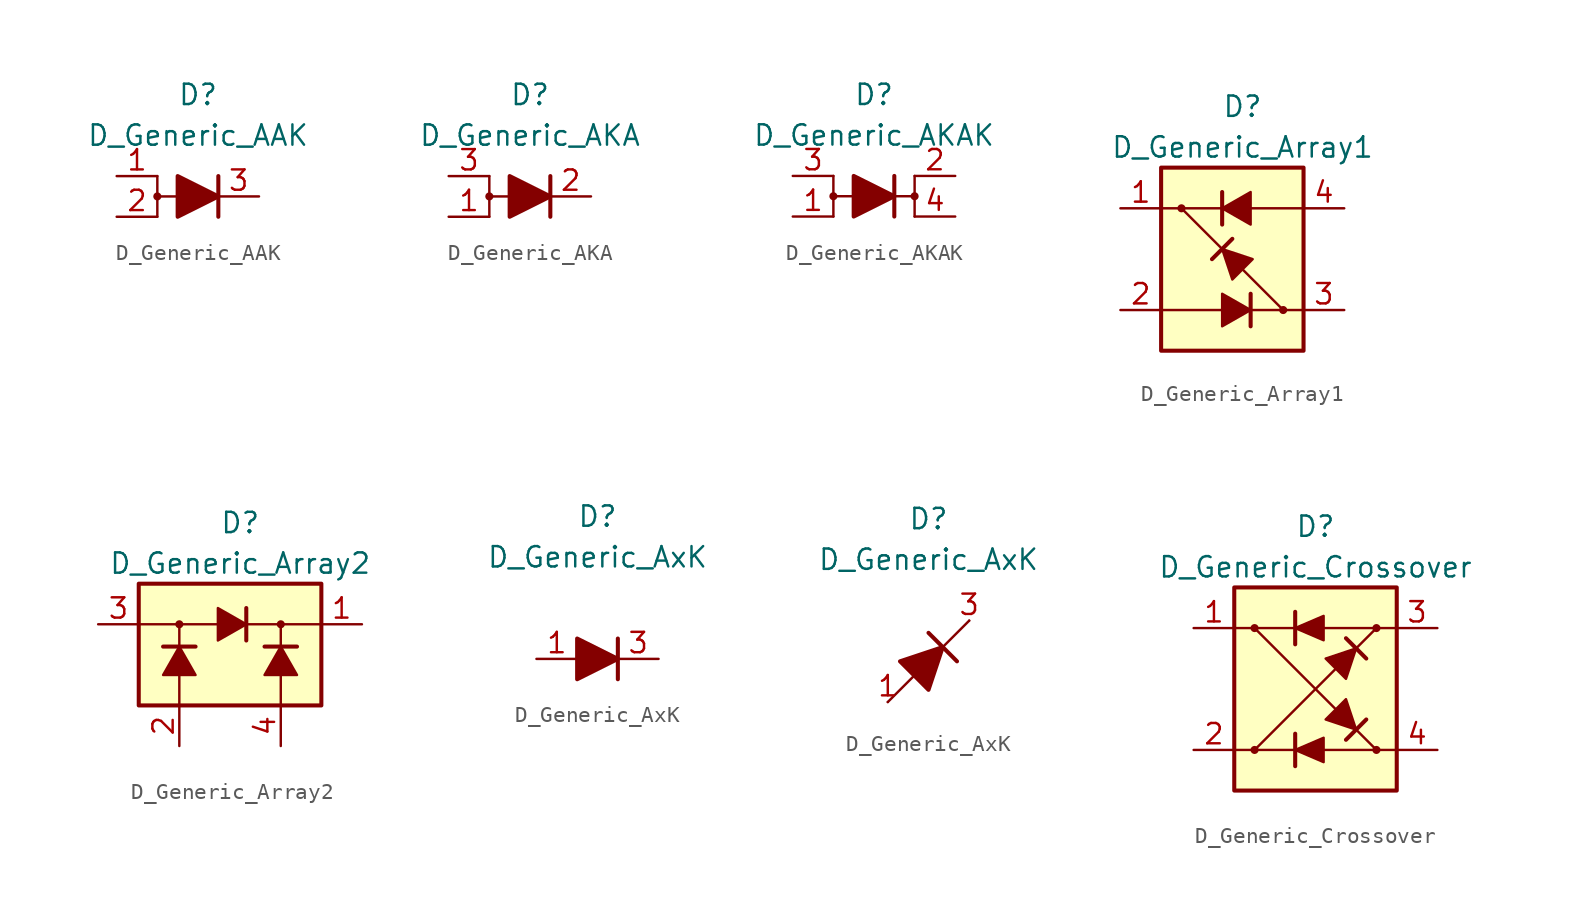
<source format=kicad_sym>
(kicad_symbol_lib
  (version 20231120)
  (generator "kicad_symbol_editor")
  (generator_version "8.0")
  (symbol "D_Generic_AAK"
    (pin_names
      (offset 1.016) hide)
    (property "Reference" "D"
      (at 0 6.35 0)
      (effects (font (size 1.27 1.27))))
    (property "Value" "D_Generic_AAK"
      (at 0 3.81 0)
      (effects (font (size 1.27 1.27))))
    (symbol "D_Generic_AAK_0_1"
      (circle (center -2.54 0) (radius 0.178) (stroke (width 0) (type default)) (fill (type outline)))
      (polyline (pts (xy -2.54 1.27) (xy -2.54 -1.27)) (stroke (width 0) (type default)) (fill (type none)))
      (polyline (pts (xy -1.27 0) (xy -2.54 0)) (stroke (width 0) (type default)) (fill (type none)))
      (polyline (pts (xy -1.27 0) (xy 1.27 0)) (stroke (width 0) (type default)) (fill (type none)))
      (polyline (pts (xy 1.27 -1.27) (xy 1.27 1.27)) (stroke (width 0.254) (type default)) (fill (type none)))
      (polyline (pts (xy -1.27 -1.27) (xy -1.27 1.27) (xy 1.27 0) (xy -1.27 -1.27)) (stroke (width 0.254) (type default)) (fill (type outline))))
    (symbol "D_Generic_AAK_1_1"
      (pin passive line (at -5.08 1.27 0) (length 2.54) (name "A" (effects (font (size 1.27 1.27)))) (number "1" (effects (font (size 1.27 1.27)))))
      (pin passive line (at -5.08 -1.27 0) (length 2.54) (name "A" (effects (font (size 1.27 1.27)))) (number "2" (effects (font (size 1.27 1.27)))))
      (pin passive line (at 3.81 0 180) (length 2.54) (name "K" (effects (font (size 1.27 1.27)))) (number "3" (effects (font (size 1.27 1.27)))))))
  (symbol "D_Generic_AKA"
    (pin_names
      (offset 1.016) hide)
    (property "Reference" "D"
      (at 0 6.35 0)
      (effects (font (size 1.27 1.27))))
    (property "Value" "D_Generic_AKA"
      (at 0 3.81 0)
      (effects (font (size 1.27 1.27))))
    (symbol "D_Generic_AKA_0_1"
      (circle (center -2.54 0) (radius 0.178) (stroke (width 0) (type default)) (fill (type outline)))
      (polyline (pts (xy -2.54 1.27) (xy -2.54 -1.27)) (stroke (width 0) (type default)) (fill (type none)))
      (polyline (pts (xy -1.27 0) (xy -2.54 0)) (stroke (width 0) (type default)) (fill (type none)))
      (polyline (pts (xy -1.27 0) (xy 1.27 0)) (stroke (width 0) (type default)) (fill (type none)))
      (polyline (pts (xy 1.27 -1.27) (xy 1.27 1.27)) (stroke (width 0.254) (type default)) (fill (type none)))
      (polyline (pts (xy -1.27 -1.27) (xy -1.27 1.27) (xy 1.27 0) (xy -1.27 -1.27)) (stroke (width 0.254) (type default)) (fill (type outline))))
    (symbol "D_Generic_AKA_1_1"
      (pin passive line (at -5.08 -1.27 0) (length 2.54) (name "A" (effects (font (size 1.27 1.27)))) (number "1" (effects (font (size 1.27 1.27)))))
      (pin passive line (at 3.81 0 180) (length 2.54) (name "K" (effects (font (size 1.27 1.27)))) (number "2" (effects (font (size 1.27 1.27)))))
      (pin passive line (at -5.08 1.27 0) (length 2.54) (name "A" (effects (font (size 1.27 1.27)))) (number "3" (effects (font (size 1.27 1.27)))))))
  (symbol "D_Generic_AKAK"
    (pin_names
      (offset 1.016) hide)
    (property "Reference" "D"
      (at 0 6.35 0)
      (effects (font (size 1.27 1.27))))
    (property "Value" "D_Generic_AKAK"
      (at 0 3.81 0)
      (effects (font (size 1.27 1.27))))
    (symbol "D_Generic_AKAK_0_1"
      (circle (center -2.54 0) (radius 0.178) (stroke (width 0) (type default)) (fill (type outline)))
      (polyline (pts (xy -2.54 1.27) (xy -2.54 -1.27)) (stroke (width 0) (type default)) (fill (type none)))
      (polyline (pts (xy -1.27 0) (xy -2.54 0)) (stroke (width 0) (type default)) (fill (type none)))
      (polyline (pts (xy -1.27 0) (xy 1.27 0)) (stroke (width 0) (type default)) (fill (type none)))
      (polyline (pts (xy 1.27 -1.27) (xy 1.27 1.27)) (stroke (width 0.254) (type default)) (fill (type none)))
      (polyline (pts (xy -1.27 -1.27) (xy -1.27 1.27) (xy 1.27 0) (xy -1.27 -1.27)) (stroke (width 0.254) (type default)) (fill (type outline))))
    (symbol "D_Generic_AKAK_1_1"
      (polyline (pts (xy 1.27 0) (xy 2.54 0)) (stroke (width 0) (type default)) (fill (type none)))
      (polyline (pts (xy 2.54 -1.27) (xy 2.54 1.27)) (stroke (width 0) (type default)) (fill (type none)))
      (circle (center 2.54 0) (radius 0.178) (stroke (width 0) (type default)) (fill (type outline)))
      (pin passive line (at -5.08 -1.27 0) (length 2.54) (name "A" (effects (font (size 1.27 1.27)))) (number "1" (effects (font (size 1.27 1.27)))))
      (pin passive line (at 5.08 1.27 180) (length 2.54) (name "K" (effects (font (size 1.27 1.27)))) (number "2" (effects (font (size 1.27 1.27)))))
      (pin passive line (at -5.08 1.27 0) (length 2.54) (name "A" (effects (font (size 1.27 1.27)))) (number "3" (effects (font (size 1.27 1.27)))))
      (pin passive line (at 5.08 -1.27 180) (length 2.54) (name "K" (effects (font (size 1.27 1.27)))) (number "4" (effects (font (size 1.27 1.27)))))))
  (symbol "D_Generic_Array1"
    (pin_names
      (offset 1.016) hide)
    (property "Reference" "D"
      (at 0 10.16 0)
      (effects (font (size 1.27 1.27))))
    (property "Value" "D_Generic_Array1"
      (at 0 7.62 0)
      (effects (font (size 1.27 1.27))))
    (symbol "D_Generic_Array1_0_1"
      (rectangle (start -5.08 6.35) (end 3.81 -5.08) (stroke (width 0.254) (type default)) (fill (type background)))
      (circle (center -3.81 3.81) (radius 0.178) (stroke (width 0) (type default)) (fill (type outline)))
      (polyline (pts (xy -5.08 -2.54) (xy -1.27 -2.54)) (stroke (width 0) (type default)) (fill (type none)))
      (polyline (pts (xy -3.81 3.81) (xy 2.54 -2.54)) (stroke (width 0.152) (type default)) (fill (type none)))
      (polyline (pts (xy -1.27 2.794) (xy -1.27 4.826)) (stroke (width 0.254) (type default)) (fill (type none)))
      (polyline (pts (xy -1.27 3.81) (xy -5.08 3.81)) (stroke (width 0) (type default)) (fill (type none)))
      (polyline (pts (xy -0.635 1.905) (xy -1.905 0.635)) (stroke (width 0.254) (type default)) (fill (type none)))
      (polyline (pts (xy 0 -2.54) (xy 3.81 -2.54)) (stroke (width 0.152) (type default)) (fill (type none)))
      (polyline (pts (xy 0 3.81) (xy 3.81 3.81)) (stroke (width 0.152) (type default)) (fill (type none)))
      (polyline (pts (xy 0.508 -1.524) (xy 0.508 -3.556)) (stroke (width 0.254) (type default)) (fill (type none)))
      (polyline (pts (xy -1.27 -3.556) (xy -1.27 -1.524) (xy 0.508 -2.54) (xy -1.27 -3.556)) (stroke (width 0) (type default)) (fill (type outline)))
      (polyline (pts (xy -1.27 1.27) (xy -0.635 -0.635) (xy 0.635 0.635) (xy -1.27 1.27)) (stroke (width 0) (type default)) (fill (type outline)))
      (polyline (pts (xy 0.508 4.826) (xy 0.508 2.794) (xy -1.27 3.81) (xy 0.508 4.826)) (stroke (width 0) (type default)) (fill (type outline))))
    (symbol "D_Generic_Array1_1_1"
      (circle (center 2.54 -2.54) (radius 0.178) (stroke (width 0) (type default)) (fill (type outline)))
      (pin passive line (at -7.62 3.81 0) (length 2.54) (name "1" (effects (font (size 1.27 1.27)))) (number "1" (effects (font (size 1.27 1.27)))))
      (pin passive line (at -7.62 -2.54 0) (length 2.54) (name "2" (effects (font (size 1.27 1.27)))) (number "2" (effects (font (size 1.27 1.27)))))
      (pin passive line (at 6.35 -2.54 180) (length 2.54) (name "3" (effects (font (size 1.27 1.27)))) (number "3" (effects (font (size 1.27 1.27)))))
      (pin passive line (at 6.35 3.81 180) (length 2.54) (name "4" (effects (font (size 1.27 1.27)))) (number "4" (effects (font (size 1.27 1.27)))))))
  (symbol "D_Generic_Array2"
    (pin_names
      (offset 1.016) hide)
    (property "Reference" "D"
      (at 0 10.16 0)
      (effects (font (size 1.27 1.27))))
    (property "Value" "D_Generic_Array2"
      (at 0 7.62 0)
      (effects (font (size 1.27 1.27))))
    (symbol "D_Generic_Array2_0_1"
      (rectangle (start -6.35 6.35) (end 5.08 -1.27) (stroke (width 0.254) (type default)) (fill (type background)))
      (circle (center -3.81 3.81) (radius 0.178) (stroke (width 0) (type default)) (fill (type outline)))
      (polyline (pts (xy -4.826 2.413) (xy -2.794 2.413)) (stroke (width 0.254) (type default)) (fill (type none)))
      (polyline (pts (xy -3.81 -1.27) (xy -3.81 3.81)) (stroke (width 0) (type default)) (fill (type none)))
      (polyline (pts (xy -1.27 3.81) (xy -6.35 3.81)) (stroke (width 0) (type default)) (fill (type none)))
      (polyline (pts (xy 0 3.81) (xy 5.08 3.81)) (stroke (width 0.152) (type default)) (fill (type none)))
      (polyline (pts (xy 0.381 2.794) (xy 0.381 4.826)) (stroke (width 0.254) (type default)) (fill (type none)))
      (polyline (pts (xy 2.54 -1.27) (xy 2.54 3.81)) (stroke (width 0) (type default)) (fill (type none)))
      (polyline (pts (xy 3.556 2.413) (xy 1.524 2.413)) (stroke (width 0.254) (type default)) (fill (type none)))
      (polyline (pts (xy -2.794 0.635) (xy -4.826 0.635) (xy -3.81 2.413) (xy -2.794 0.635)) (stroke (width 0) (type default)) (fill (type outline)))
      (polyline (pts (xy -1.397 4.826) (xy -1.397 2.794) (xy 0.381 3.81) (xy -1.397 4.826)) (stroke (width 0) (type default)) (fill (type outline)))
      (polyline (pts (xy 1.524 0.635) (xy 3.556 0.635) (xy 2.54 2.413) (xy 1.524 0.635)) (stroke (width 0) (type default)) (fill (type outline)))
      (circle (center 2.54 3.81) (radius 0.178) (stroke (width 0) (type default)) (fill (type outline))))
    (symbol "D_Generic_Array2_1_1"
      (pin passive line (at 7.62 3.81 180) (length 2.54) (name "1" (effects (font (size 1.27 1.27)))) (number "1" (effects (font (size 1.27 1.27)))))
      (pin passive line (at -3.81 -3.81 90) (length 2.54) (name "2" (effects (font (size 1.27 1.27)))) (number "2" (effects (font (size 1.27 1.27)))))
      (pin passive line (at -8.89 3.81 0) (length 2.54) (name "3" (effects (font (size 1.27 1.27)))) (number "3" (effects (font (size 1.27 1.27)))))
      (pin passive line (at 2.54 -3.81 90) (length 2.54) (name "4" (effects (font (size 1.27 1.27)))) (number "4" (effects (font (size 1.27 1.27)))))))
  (symbol "D_Generic_AxK"
    (pin_names
      (offset 1.016) hide)
    (property "Reference" "D"
      (at 0 8.89 0)
      (effects (font (size 1.27 1.27))))
    (property "Value" "D_Generic_AxK"
      (at 0 6.35 0)
      (effects (font (size 1.27 1.27))))
    (symbol "D_Generic_AxK_0_1"
      (polyline (pts (xy -1.27 0) (xy 1.27 0)) (stroke (width 0) (type default)) (fill (type none)))
      (polyline (pts (xy 1.27 1.27) (xy 1.27 -1.27)) (stroke (width 0.254) (type default)) (fill (type none)))
      (polyline (pts (xy -1.27 1.27) (xy -1.27 -1.27) (xy 1.27 0) (xy -1.27 1.27)) (stroke (width 0.254) (type default)) (fill (type outline))))
    (symbol "D_Generic_AxK_0_2"
      (polyline (pts (xy -2.54 -2.54) (xy 2.54 2.54)) (stroke (width 0) (type default)) (fill (type none)))
      (polyline (pts (xy 0 1.778) (xy 1.778 0)) (stroke (width 0.254) (type default)) (fill (type none)))
      (polyline (pts (xy -0.889 -0.889) (xy -1.778 0) (xy 0.889 0.889) (xy 0 -1.778) (xy -0.889 -0.889)) (stroke (width 0.254) (type default)) (fill (type outline))))
    (symbol "D_Generic_AxK_1_1"
      (pin passive line (at -3.81 0 0) (length 2.54) (name "A" (effects (font (size 1.27 1.27)))) (number "1" (effects (font (size 1.27 1.27)))))
      (pin free line (at 0 0 0) (length 2.54) hide (name "NC" (effects (font (size 1.27 1.27)))) (number "2" (effects (font (size 1.27 1.27)))))
      (pin passive line (at 3.81 0 180) (length 2.54) (name "K" (effects (font (size 1.27 1.27)))) (number "3" (effects (font (size 1.27 1.27))))))
    (symbol "D_Generic_AxK_1_2"
      (pin passive line (at -2.54 -2.54 0) (length 0) (name "A" (effects (font (size 1.27 1.27)))) (number "1" (effects (font (size 1.27 1.27)))))
      (pin free line (at 0 0 0) (length 2.54) hide (name "NC" (effects (font (size 1.27 1.27)))) (number "2" (effects (font (size 1.27 1.27)))))
      (pin passive line (at 2.54 2.54 180) (length 0) (name "K" (effects (font (size 1.27 1.27)))) (number "3" (effects (font (size 1.27 1.27)))))))
  (symbol "D_Generic_Crossover"
    (pin_names
      (offset 1.016) hide)
    (property "Reference" "D"
      (at 0 10.16 0)
      (effects (font (size 1.27 1.27))))
    (property "Value" "D_Generic_Crossover"
      (at 0 7.62 0)
      (effects (font (size 1.27 1.27))))
    (symbol "D_Generic_Crossover_0_1"
      (circle (center -3.81 3.81) (radius 0.178) (stroke (width 0) (type default)) (fill (type outline)))
      (polyline (pts (xy -5.08 -3.81) (xy -1.27 -3.81)) (stroke (width 0) (type default)) (fill (type none)))
      (polyline (pts (xy -3.81 -3.81) (xy 3.81 3.81)) (stroke (width 0) (type default)) (fill (type none)))
      (polyline (pts (xy -1.27 -4.826) (xy -1.27 -2.794)) (stroke (width 0.254) (type default)) (fill (type none)))
      (polyline (pts (xy -1.27 2.794) (xy -1.27 4.826)) (stroke (width 0.254) (type default)) (fill (type none)))
      (polyline (pts (xy -1.27 3.81) (xy -5.08 3.81)) (stroke (width 0) (type default)) (fill (type none)))
      (polyline (pts (xy 1.905 -3.175) (xy 3.175 -1.905)) (stroke (width 0.254) (type default)) (fill (type none)))
      (polyline (pts (xy 3.175 1.905) (xy 1.905 3.175)) (stroke (width 0.254) (type default)) (fill (type none)))
      (polyline (pts (xy 3.81 -3.81) (xy -3.81 3.81)) (stroke (width 0) (type default)) (fill (type none)))
      (polyline (pts (xy 5.08 3.81) (xy 0.508 3.81)) (stroke (width 0) (type default)) (fill (type none)))
      (polyline (pts (xy 0.508 4.572) (xy 0.508 3.048) (xy -1.27 3.81) (xy 0.508 4.572)) (stroke (width 0) (type default)) (fill (type outline)))
      (polyline (pts (xy 2.54 -2.54) (xy 1.905 -0.635) (xy 0.635 -1.905) (xy 2.54 -2.54)) (stroke (width 0) (type default)) (fill (type outline)))
      (polyline (pts (xy 2.54 2.54) (xy 0.635 1.905) (xy 1.905 0.635) (xy 2.54 2.54)) (stroke (width 0) (type default)) (fill (type outline))))
    (symbol "D_Generic_Crossover_1_1"
      (rectangle (start -5.08 6.35) (end 5.08 -6.35) (stroke (width 0.254) (type default)) (fill (type background)))
      (circle (center -3.81 -3.81) (radius 0.178) (stroke (width 0) (type default)) (fill (type outline)))
      (polyline (pts (xy 5.08 -3.81) (xy 0.508 -3.81)) (stroke (width 0) (type default)) (fill (type none)))
      (polyline (pts (xy 0.508 -3.048) (xy 0.508 -4.572) (xy -1.27 -3.81) (xy 0.508 -3.048)) (stroke (width 0) (type default)) (fill (type outline)))
      (circle (center 3.81 -3.81) (radius 0.178) (stroke (width 0) (type default)) (fill (type outline)))
      (circle (center 3.81 3.81) (radius 0.178) (stroke (width 0) (type default)) (fill (type outline)))
      (pin passive line (at -7.62 3.81 0) (length 2.54) (name "1" (effects (font (size 1.27 1.27)))) (number "1" (effects (font (size 1.27 1.27)))))
      (pin passive line (at -7.62 -3.81 0) (length 2.54) (name "2" (effects (font (size 1.27 1.27)))) (number "2" (effects (font (size 1.27 1.27)))))
      (pin passive line (at 7.62 3.81 180) (length 2.54) (name "3" (effects (font (size 1.27 1.27)))) (number "3" (effects (font (size 1.27 1.27)))))
      (pin passive line (at 7.62 -3.81 180) (length 2.54) (name "4" (effects (font (size 1.27 1.27)))) (number "4" (effects (font (size 1.27 1.27))))))))
</source>
